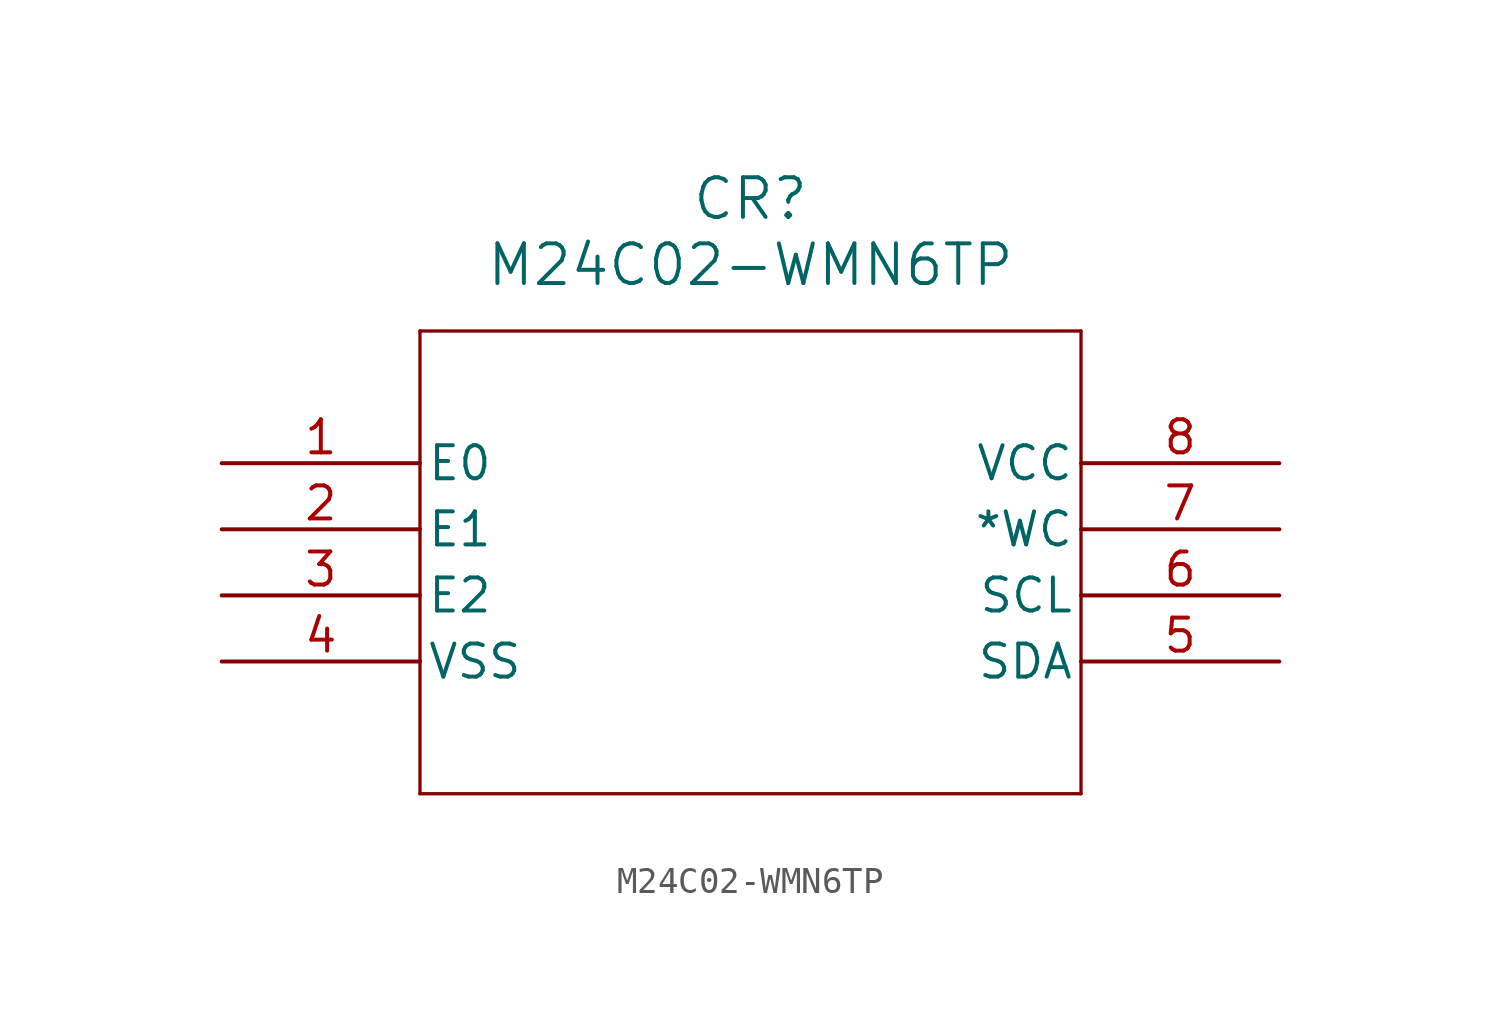
<source format=kicad_sym>
(kicad_symbol_lib
  (version 20231120)
  (generator "kicad_symbol_editor")
  (generator_version "8.0")
  (symbol "M24C02-WMN6TP"
    (pin_names
      (offset 0.254))
    (property "Reference" "CR"
      (at 20.32 10.16 0)
      (effects (font (size 1.524 1.524))))
    (property "Value" "M24C02-WMN6TP"
      (at 20.32 7.62 0)
      (effects (font (size 1.524 1.524))))
    (property "ki_locked" ""
      (at 0 0 0)
      (effects (font (size 1.27 1.27))))
    (symbol "M24C02-WMN6TP_0_1"
      (polyline (pts (xy 7.62 -12.7) (xy 33.02 -12.7)) (stroke (width 0.127) (type default)) (fill (type none)))
      (polyline (pts (xy 7.62 5.08) (xy 7.62 -12.7)) (stroke (width 0.127) (type default)) (fill (type none)))
      (polyline (pts (xy 33.02 -12.7) (xy 33.02 5.08)) (stroke (width 0.127) (type default)) (fill (type none)))
      (polyline (pts (xy 33.02 5.08) (xy 7.62 5.08)) (stroke (width 0.127) (type default)) (fill (type none)))
      (pin unspecified line (at 0 0 0) (length 7.62) (name "E0" (effects (font (size 1.27 1.27)))) (number "1" (effects (font (size 1.27 1.27)))))
      (pin unspecified line (at 0 -2.54 0) (length 7.62) (name "E1" (effects (font (size 1.27 1.27)))) (number "2" (effects (font (size 1.27 1.27)))))
      (pin unspecified line (at 0 -5.08 0) (length 7.62) (name "E2" (effects (font (size 1.27 1.27)))) (number "3" (effects (font (size 1.27 1.27)))))
      (pin power_in line (at 0 -7.62 0) (length 7.62) (name "VSS" (effects (font (size 1.27 1.27)))) (number "4" (effects (font (size 1.27 1.27)))))
      (pin bidirectional line (at 40.64 -7.62 180) (length 7.62) (name "SDA" (effects (font (size 1.27 1.27)))) (number "5" (effects (font (size 1.27 1.27)))))
      (pin input line (at 40.64 -5.08 180) (length 7.62) (name "SCL" (effects (font (size 1.27 1.27)))) (number "6" (effects (font (size 1.27 1.27)))))
      (pin input line (at 40.64 -2.54 180) (length 7.62) (name "*WC" (effects (font (size 1.27 1.27)))) (number "7" (effects (font (size 1.27 1.27)))))
      (pin power_in line (at 40.64 0 180) (length 7.62) (name "VCC" (effects (font (size 1.27 1.27)))) (number "8" (effects (font (size 1.27 1.27))))))))
</source>
